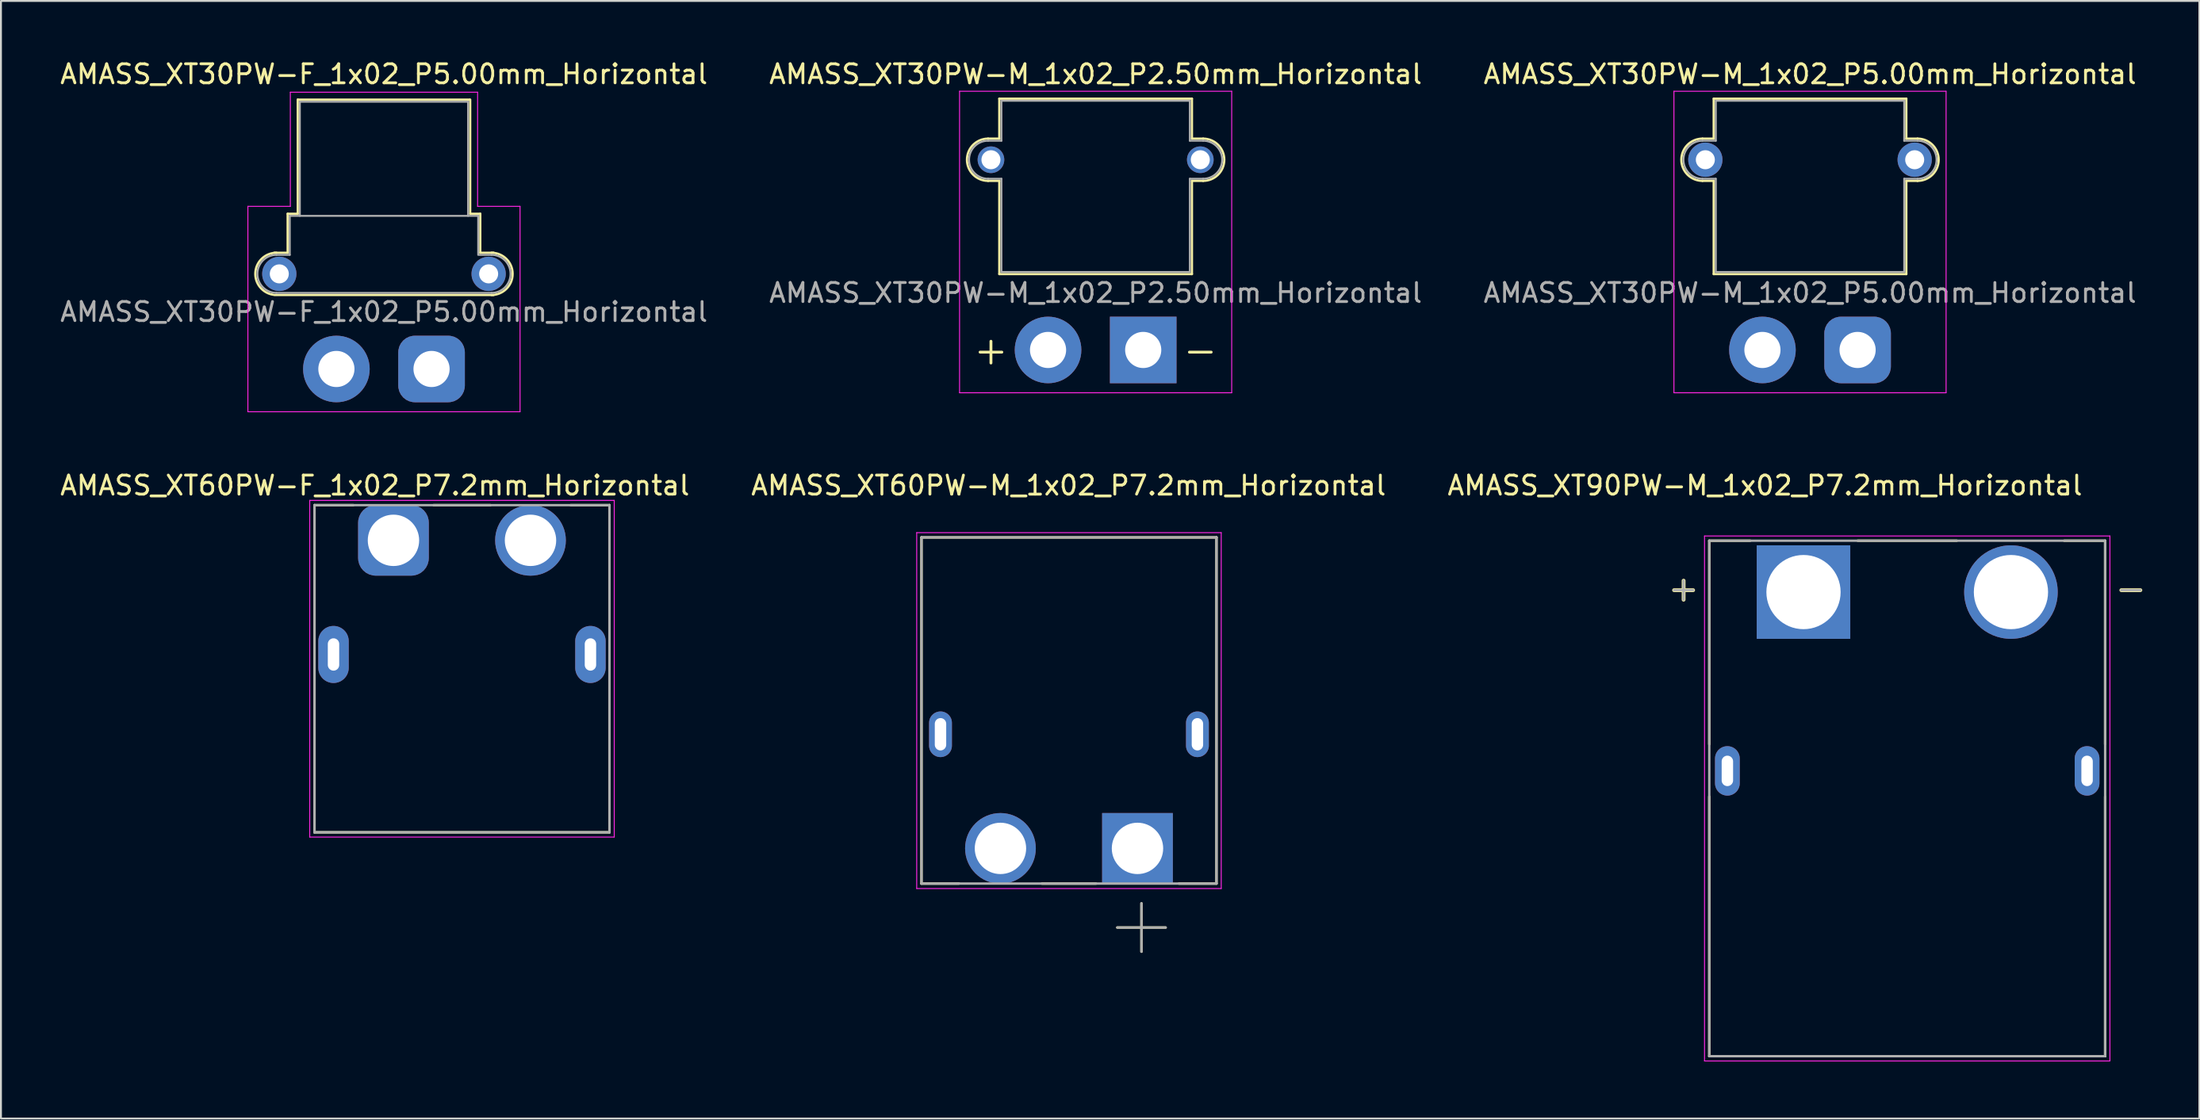
<source format=kicad_pcb>
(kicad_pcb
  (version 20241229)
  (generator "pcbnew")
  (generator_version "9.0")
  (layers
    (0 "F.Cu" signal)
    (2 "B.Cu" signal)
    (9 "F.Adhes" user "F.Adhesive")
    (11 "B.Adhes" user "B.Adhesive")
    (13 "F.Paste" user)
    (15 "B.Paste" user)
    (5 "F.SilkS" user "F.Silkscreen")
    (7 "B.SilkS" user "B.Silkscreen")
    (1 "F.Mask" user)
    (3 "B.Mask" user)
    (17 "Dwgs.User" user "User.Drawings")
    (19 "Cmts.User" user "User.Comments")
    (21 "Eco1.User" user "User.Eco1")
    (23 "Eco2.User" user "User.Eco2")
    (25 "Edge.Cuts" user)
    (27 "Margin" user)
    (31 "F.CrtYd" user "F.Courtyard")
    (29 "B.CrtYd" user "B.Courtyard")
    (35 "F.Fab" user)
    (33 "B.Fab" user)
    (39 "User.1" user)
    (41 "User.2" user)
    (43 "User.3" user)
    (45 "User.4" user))
  (footprint "AMASS_XT30PW-M_1x02_P5.00mm_Horizontal"
    (layer "F.Cu")
    (at 94.554 15.348)
    (property "Reference" "AMASS_XT30PW-M_1x02_P5.00mm_Horizontal" (at -2.5 -14.5 0) (layer "F.SilkS") (effects (font (size 1 1) (thickness 0.15))))
    (attr through_hole)
    (fp_line (start -8.15 -11.11) (end -7.56 -11.11) (stroke (width 0.12) (type solid)) (layer "F.SilkS"))
    (fp_line (start -8.15 -8.89) (end -7.56 -8.89) (stroke (width 0.12) (type solid)) (layer "F.SilkS"))
    (fp_line (start -7.56 -13.21) (end -7.56 -11.11) (stroke (width 0.12) (type solid)) (layer "F.SilkS"))
    (fp_line (start -7.56 -13.21) (end 2.56 -13.21) (stroke (width 0.12) (type solid)) (layer "F.SilkS"))
    (fp_line (start -7.56 -8.89) (end -7.56 -3.99) (stroke (width 0.12) (type solid)) (layer "F.SilkS"))
    (fp_line (start -7.56 -3.99) (end 2.56 -3.99) (stroke (width 0.12) (type solid)) (layer "F.SilkS"))
    (fp_line (start 2.56 -13.21) (end 2.56 -11.11) (stroke (width 0.12) (type solid)) (layer "F.SilkS"))
    (fp_line (start 2.56 -11.11) (end 3.15 -11.11) (stroke (width 0.12) (type solid)) (layer "F.SilkS"))
    (fp_line (start 2.56 -8.89) (end 2.56 -3.99) (stroke (width 0.12) (type solid)) (layer "F.SilkS"))
    (fp_line (start 2.56 -8.89) (end 3.15 -8.89) (stroke (width 0.12) (type solid)) (layer "F.SilkS"))
    (fp_arc (start -8.15 -8.89) (mid -9.26 -10) (end -8.15 -11.11) (stroke (width 0.12) (type solid)) (layer "F.SilkS"))
    (fp_arc (start 3.15 -11.11) (mid 4.26 -10) (end 3.15 -8.89) (stroke (width 0.12) (type solid)) (layer "F.SilkS"))
    (fp_line (start -9.65 -13.6) (end -9.65 2.25) (stroke (width 0.05) (type solid)) (layer "F.CrtYd"))
    (fp_line (start -9.65 -13.6) (end 4.65 -13.6) (stroke (width 0.05) (type solid)) (layer "F.CrtYd"))
    (fp_line (start -9.65 2.25) (end 4.65 2.25) (stroke (width 0.05) (type solid)) (layer "F.CrtYd"))
    (fp_line (start 4.65 -13.6) (end 4.65 2.25) (stroke (width 0.05) (type solid)) (layer "F.CrtYd"))
    (fp_line (start -8.15 -11) (end -7.45 -11) (stroke (width 0.1) (type solid)) (layer "F.Fab"))
    (fp_line (start -8.15 -9) (end -7.45 -9) (stroke (width 0.1) (type solid)) (layer "F.Fab"))
    (fp_line (start -7.45 -13.1) (end -7.45 -11) (stroke (width 0.1) (type solid)) (layer "F.Fab"))
    (fp_line (start -7.45 -13.1) (end 2.45 -13.1) (stroke (width 0.1) (type solid)) (layer "F.Fab"))
    (fp_line (start -7.45 -9) (end -7.45 -4.1) (stroke (width 0.1) (type solid)) (layer "F.Fab"))
    (fp_line (start -7.45 -4.1) (end 2.45 -4.1) (stroke (width 0.1) (type solid)) (layer "F.Fab"))
    (fp_line (start 2.45 -13.1) (end 2.45 -11) (stroke (width 0.1) (type solid)) (layer "F.Fab"))
    (fp_line (start 2.45 -11) (end 3.15 -11) (stroke (width 0.1) (type solid)) (layer "F.Fab"))
    (fp_line (start 2.45 -9) (end 2.45 -4.1) (stroke (width 0.1) (type solid)) (layer "F.Fab"))
    (fp_line (start 2.45 -9) (end 3.15 -9) (stroke (width 0.1) (type solid)) (layer "F.Fab"))
    (fp_arc (start -8.15 -9) (mid -9.15 -10) (end -8.15 -11) (stroke (width 0.1) (type solid)) (layer "F.Fab"))
    (fp_arc (start 3.15 -11) (mid 4.15 -10) (end 3.15 -9) (stroke (width 0.1) (type solid)) (layer "F.Fab"))
    (fp_text user "${REFERENCE}" (at -2.5 -3 0) (layer "F.Fab") (effects (font (size 1 1) (thickness 0.15))))
    (pad "1" thru_hole roundrect (at 0 0) (size 3.5 3.5) (drill 1.9) (layers "*.Cu" "*.Mask") (roundrect_rratio 0.25))
    (pad "2" thru_hole circle (at -5 0) (size 3.5 3.5) (drill 1.9) (layers "*.Cu" "*.Mask"))
    (pad "3" thru_hole circle (at -8 -10) (size 1.8 1.8) (drill 1) (layers "*.Cu" "*.Mask"))
    (pad "4" thru_hole circle (at 3 -10) (size 1.8 1.8) (drill 1) (layers "*.Cu" "*.Mask")))
  (footprint "AMASS_XT30PW-M_1x02_P2.50mm_Horizontal"
    (layer "F.Cu")
    (at 57.018 15.348)
    (property "Reference" "AMASS_XT30PW-M_1x02_P2.50mm_Horizontal" (at -2.5 -14.5 0) (layer "F.SilkS") (effects (font (size 1 1) (thickness 0.15))))
    (attr through_hole)
    (fp_line (start -8.15 -11.11) (end -7.56 -11.11) (stroke (width 0.12) (type solid)) (layer "F.SilkS"))
    (fp_line (start -8.15 -8.89) (end -7.56 -8.89) (stroke (width 0.12) (type solid)) (layer "F.SilkS"))
    (fp_line (start -7.56 -13.21) (end -7.56 -11.11) (stroke (width 0.12) (type solid)) (layer "F.SilkS"))
    (fp_line (start -7.56 -13.21) (end 2.56 -13.21) (stroke (width 0.12) (type solid)) (layer "F.SilkS"))
    (fp_line (start -7.56 -8.89) (end -7.56 -3.99) (stroke (width 0.12) (type solid)) (layer "F.SilkS"))
    (fp_line (start -7.56 -3.99) (end 2.56 -3.99) (stroke (width 0.12) (type solid)) (layer "F.SilkS"))
    (fp_line (start 2.56 -13.21) (end 2.56 -11.11) (stroke (width 0.12) (type solid)) (layer "F.SilkS"))
    (fp_line (start 2.56 -11.11) (end 3.15 -11.11) (stroke (width 0.12) (type solid)) (layer "F.SilkS"))
    (fp_line (start 2.56 -8.89) (end 2.56 -3.99) (stroke (width 0.12) (type solid)) (layer "F.SilkS"))
    (fp_line (start 2.56 -8.89) (end 3.15 -8.89) (stroke (width 0.12) (type solid)) (layer "F.SilkS"))
    (fp_arc (start -8.15 -8.89) (mid -9.26 -10) (end -8.15 -11.11) (stroke (width 0.12) (type solid)) (layer "F.SilkS"))
    (fp_arc (start 3.15 -11.11) (mid 4.26 -10) (end 3.15 -8.89) (stroke (width 0.12) (type solid)) (layer "F.SilkS"))
    (fp_line (start -9.65 -13.6) (end -9.65 2.25) (stroke (width 0.05) (type solid)) (layer "F.CrtYd"))
    (fp_line (start -9.65 -13.6) (end 4.65 -13.6) (stroke (width 0.05) (type solid)) (layer "F.CrtYd"))
    (fp_line (start -9.65 2.25) (end 4.65 2.25) (stroke (width 0.05) (type solid)) (layer "F.CrtYd"))
    (fp_line (start 4.65 -13.6) (end 4.65 2.25) (stroke (width 0.05) (type solid)) (layer "F.CrtYd"))
    (fp_line (start -8.15 -11) (end -7.45 -11) (stroke (width 0.1) (type solid)) (layer "F.Fab"))
    (fp_line (start -8.15 -9) (end -7.45 -9) (stroke (width 0.1) (type solid)) (layer "F.Fab"))
    (fp_line (start -7.45 -13.1) (end -7.45 -11) (stroke (width 0.1) (type solid)) (layer "F.Fab"))
    (fp_line (start -7.45 -13.1) (end 2.45 -13.1) (stroke (width 0.1) (type solid)) (layer "F.Fab"))
    (fp_line (start -7.45 -9) (end -7.45 -4.1) (stroke (width 0.1) (type solid)) (layer "F.Fab"))
    (fp_line (start -7.45 -4.1) (end 2.45 -4.1) (stroke (width 0.1) (type solid)) (layer "F.Fab"))
    (fp_line (start 2.45 -13.1) (end 2.45 -11) (stroke (width 0.1) (type solid)) (layer "F.Fab"))
    (fp_line (start 2.45 -11) (end 3.15 -11) (stroke (width 0.1) (type solid)) (layer "F.Fab"))
    (fp_line (start 2.45 -9) (end 2.45 -4.1) (stroke (width 0.1) (type solid)) (layer "F.Fab"))
    (fp_line (start 2.45 -9) (end 3.15 -9) (stroke (width 0.1) (type solid)) (layer "F.Fab"))
    (fp_arc (start -8.15 -9) (mid -9.15 -10) (end -8.15 -11) (stroke (width 0.1) (type solid)) (layer "F.Fab"))
    (fp_arc (start 3.15 -11) (mid 4.15 -10) (end 3.15 -9) (stroke (width 0.1) (type solid)) (layer "F.Fab"))
    (fp_text user "-" (at 3 0 0) (layer "F.SilkS") (effects (font (size 1.5 1.5) (thickness 0.15))))
    (fp_text user "+" (at -8 0 0) (layer "F.SilkS") (effects (font (size 1.5 1.5) (thickness 0.15))))
    (fp_text user "${REFERENCE}" (at -2.5 -3 0) (layer "F.Fab") (effects (font (size 1 1) (thickness 0.15))))
    (pad "" thru_hole circle (at -8 -10) (size 1.4 1.4) (drill 1) (layers "*.Cu" "*.Mask"))
    (pad "" thru_hole circle (at 3 -10) (size 1.4 1.4) (drill 1) (layers "*.Cu" "*.Mask"))
    (pad "1" thru_hole circle (at -5 0) (size 3.5 3.5) (drill 1.9) (layers "*.Cu" "*.Mask"))
    (pad "2" thru_hole rect (at 0 0) (size 3.5 3.5) (drill 1.9) (layers "*.Cu" "*.Mask")))
  (footprint "AMASS_XT60PW-M_1x02_P7.2mm_Horizontal"
    (layer "F.Cu")
    (at 53.117 35.552)
    (property "Reference" "AMASS_XT60PW-M_1x02_P7.2mm_Horizontal" (at -0.02 -13.08 0) (layer "F.SilkS") (effects (font (size 1 1) (thickness 0.15))))
    (attr through_hole)
    (fp_line (start -7.75 -10.35) (end -7.75 7.85) (stroke (width 0.127) (type solid)) (layer "F.SilkS"))
    (fp_line (start -7.75 7.85) (end -5.778 7.85) (stroke (width 0.127) (type solid)) (layer "F.SilkS"))
    (fp_line (start -1.422 7.85) (end 1.422 7.85) (stroke (width 0.127) (type solid)) (layer "F.SilkS"))
    (fp_line (start 2.54 10.16) (end 3.81 10.16) (stroke (width 0.127) (type solid)) (layer "F.SilkS"))
    (fp_line (start 3.81 10.16) (end 3.81 8.89) (stroke (width 0.127) (type solid)) (layer "F.SilkS"))
    (fp_line (start 3.81 10.16) (end 3.81 11.43) (stroke (width 0.127) (type solid)) (layer "F.SilkS"))
    (fp_line (start 5.08 10.16) (end 3.81 10.16) (stroke (width 0.127) (type solid)) (layer "F.SilkS"))
    (fp_line (start 7.75 -10.35) (end -7.75 -10.35) (stroke (width 0.127) (type solid)) (layer "F.SilkS"))
    (fp_line (start 7.75 7.85) (end 5.778 7.85) (stroke (width 0.127) (type solid)) (layer "F.SilkS"))
    (fp_line (start 7.75 7.85) (end 7.75 -10.35) (stroke (width 0.127) (type solid)) (layer "F.SilkS"))
    (fp_line (start -8 -10.6) (end -8 8.11) (stroke (width 0.05) (type solid)) (layer "F.CrtYd"))
    (fp_line (start -8 8.11) (end 8 8.11) (stroke (width 0.05) (type solid)) (layer "F.CrtYd"))
    (fp_line (start 8 -10.6) (end -8 -10.6) (stroke (width 0.05) (type solid)) (layer "F.CrtYd"))
    (fp_line (start 8 8.11) (end 8 -10.6) (stroke (width 0.05) (type solid)) (layer "F.CrtYd"))
    (fp_line (start -7.75 -10.35) (end -7.75 7.85) (stroke (width 0.127) (type solid)) (layer "F.Fab"))
    (fp_line (start -7.75 7.85) (end 7.75 7.85) (stroke (width 0.127) (type solid)) (layer "F.Fab"))
    (fp_line (start 2.54 10.16) (end 3.81 10.16) (stroke (width 0.127) (type solid)) (layer "F.Fab"))
    (fp_line (start 3.81 10.16) (end 3.81 8.89) (stroke (width 0.127) (type solid)) (layer "F.Fab"))
    (fp_line (start 3.81 10.16) (end 3.81 11.43) (stroke (width 0.127) (type solid)) (layer "F.Fab"))
    (fp_line (start 5.08 10.16) (end 3.81 10.16) (stroke (width 0.127) (type solid)) (layer "F.Fab"))
    (fp_line (start 7.75 -10.35) (end -7.75 -10.35) (stroke (width 0.127) (type solid)) (layer "F.Fab"))
    (fp_line (start 7.75 7.85) (end 7.75 -10.35) (stroke (width 0.127) (type solid)) (layer "F.Fab"))
    (pad "1" thru_hole rect (at 3.6 6) (size 3.716 3.716) (drill 2.7) (layers "*.Cu" "*.Mask"))
    (pad "2" thru_hole circle (at -3.6 6) (size 3.716 3.716) (drill 2.7) (layers "*.Cu" "*.Mask"))
    (pad "S1" thru_hole oval (at 6.75 0) (size 1.2 2.4) (drill oval 0.6 1.7) (layers "*.Cu" "*.Mask"))
    (pad "S2" thru_hole oval (at -6.75 0) (size 1.2 2.4) (drill oval 0.6 1.7) (layers "*.Cu" "*.Mask")))
  (footprint "AMASS_XT60PW-F_1x02_P7.2mm_Horizontal"
    (layer "F.Cu")
    (at 21.224 25.357)
    (property "Reference" "AMASS_XT60PW-F_1x02_P7.2mm_Horizontal" (at -4.575 -2.885 0) (layer "F.SilkS") (effects (font (size 1 1) (thickness 0.15))))
    (attr through_hole)
    (fp_line (start -7.75 -1.85) (end -5.71 -1.85) (stroke (width 0.127) (type solid)) (layer "F.SilkS"))
    (fp_line (start -7.75 15.35) (end -7.75 -1.85) (stroke (width 0.127) (type solid)) (layer "F.SilkS"))
    (fp_line (start -1.49 -1.85) (end 1.49 -1.85) (stroke (width 0.127) (type solid)) (layer "F.SilkS"))
    (fp_line (start 5.71 -1.85) (end 7.75 -1.85) (stroke (width 0.127) (type solid)) (layer "F.SilkS"))
    (fp_line (start 7.75 -1.85) (end 7.75 15.35) (stroke (width 0.127) (type solid)) (layer "F.SilkS"))
    (fp_line (start 7.75 15.35) (end -7.75 15.35) (stroke (width 0.127) (type solid)) (layer "F.SilkS"))
    (fp_line (start -8 -2.1) (end 8 -2.1) (stroke (width 0.05) (type solid)) (layer "F.CrtYd"))
    (fp_line (start -8 15.6) (end -8 -2.1) (stroke (width 0.05) (type solid)) (layer "F.CrtYd"))
    (fp_line (start 8 -2.1) (end 8 15.6) (stroke (width 0.05) (type solid)) (layer "F.CrtYd"))
    (fp_line (start 8 15.6) (end -8 15.6) (stroke (width 0.05) (type solid)) (layer "F.CrtYd"))
    (fp_line (start -7.75 -1.85) (end 7.75 -1.85) (stroke (width 0.127) (type solid)) (layer "F.Fab"))
    (fp_line (start -7.75 15.35) (end -7.75 -1.85) (stroke (width 0.127) (type solid)) (layer "F.Fab"))
    (fp_line (start 7.75 -1.85) (end 7.75 15.35) (stroke (width 0.127) (type solid)) (layer "F.Fab"))
    (fp_line (start 7.75 15.35) (end -7.75 15.35) (stroke (width 0.127) (type solid)) (layer "F.Fab"))
    (pad "1" thru_hole roundrect (at -3.6 0) (size 3.716 3.716) (drill 2.7) (layers "*.Cu" "*.Mask") (roundrect_rratio 0.25))
    (pad "2" thru_hole circle (at 3.6 0) (size 3.716 3.716) (drill 2.7) (layers "*.Cu" "*.Mask"))
    (pad "S1" thru_hole oval (at -6.75 6) (size 1.6 3) (drill oval 0.6 1.7) (layers "*.Cu" "*.Mask"))
    (pad "S2" thru_hole oval (at 6.75 6) (size 1.6 3) (drill oval 0.6 1.7) (layers "*.Cu" "*.Mask")))
  (footprint "AMASS_XT30PW-F_1x02_P5.00mm_Horizontal"
    (layer "F.Cu")
    (at 19.625 16.348)
    (property "Reference" "AMASS_XT30PW-F_1x02_P5.00mm_Horizontal" (at -2.5 -15.5 0) (layer "F.SilkS") (effects (font (size 1 1) (thickness 0.15))))
    (attr through_hole)
    (fp_line (start -8.26 -6.11) (end -7.56 -6.11) (stroke (width 0.12) (type solid)) (layer "F.SilkS"))
    (fp_line (start -8.26 -3.89) (end 3.26 -3.89) (stroke (width 0.12) (type solid)) (layer "F.SilkS"))
    (fp_line (start -7.56 -8.16) (end -7.56 -6.11) (stroke (width 0.12) (type solid)) (layer "F.SilkS"))
    (fp_line (start -7.56 -8.16) (end -7.03 -8.16) (stroke (width 0.12) (type solid)) (layer "F.SilkS"))
    (fp_line (start -7.03 -14.16) (end -7.03 -8.16) (stroke (width 0.12) (type solid)) (layer "F.SilkS"))
    (fp_line (start -7.03 -14.16) (end 2 -14.16) (stroke (width 0.12) (type solid)) (layer "F.SilkS"))
    (fp_line (start 2.03 -14.16) (end 2.03 -8.16) (stroke (width 0.12) (type solid)) (layer "F.SilkS"))
    (fp_line (start 2.03 -8.16) (end 2.56 -8.16) (stroke (width 0.12) (type solid)) (layer "F.SilkS"))
    (fp_line (start 2.56 -8.16) (end 2.56 -6.11) (stroke (width 0.12) (type solid)) (layer "F.SilkS"))
    (fp_line (start 2.56 -6.11) (end 3.26 -6.11) (stroke (width 0.12) (type solid)) (layer "F.SilkS"))
    (fp_arc (start -8.321729 -3.903365) (mid -9.256653 -5.086124) (end -8.15 -6.11) (stroke (width 0.12) (type solid)) (layer "F.SilkS"))
    (fp_arc (start 3.15 -6.11) (mid 4.26 -5) (end 3.15 -3.89) (stroke (width 0.12) (type solid)) (layer "F.SilkS"))
    (fp_line (start -9.65 -8.55) (end -9.65 2.25) (stroke (width 0.05) (type solid)) (layer "F.CrtYd"))
    (fp_line (start -9.65 -8.55) (end -7.42 -8.55) (stroke (width 0.05) (type solid)) (layer "F.CrtYd"))
    (fp_line (start -9.65 2.25) (end 4.65 2.25) (stroke (width 0.05) (type solid)) (layer "F.CrtYd"))
    (fp_line (start -7.42 -14.55) (end -7.42 -8.55) (stroke (width 0.05) (type solid)) (layer "F.CrtYd"))
    (fp_line (start -7.42 -14.55) (end 2.42 -14.55) (stroke (width 0.05) (type solid)) (layer "F.CrtYd"))
    (fp_line (start 2.42 -14.55) (end 2.42 -8.55) (stroke (width 0.05) (type solid)) (layer "F.CrtYd"))
    (fp_line (start 2.42 -8.55) (end 4.65 -8.55) (stroke (width 0.05) (type solid)) (layer "F.CrtYd"))
    (fp_line (start 4.65 -8.55) (end 4.65 2.25) (stroke (width 0.05) (type solid)) (layer "F.CrtYd"))
    (fp_line (start -8.15 -6) (end -7.45 -6) (stroke (width 0.1) (type solid)) (layer "F.Fab"))
    (fp_line (start -8.15 -4) (end 3.15 -4) (stroke (width 0.1) (type solid)) (layer "F.Fab"))
    (fp_line (start -7.45 -8.05) (end -7.45 -6) (stroke (width 0.1) (type solid)) (layer "F.Fab"))
    (fp_line (start -7.45 -8.05) (end 2.45 -8.05) (stroke (width 0.1) (type solid)) (layer "F.Fab"))
    (fp_line (start -6.92 -14.05) (end -6.92 -8.05) (stroke (width 0.1) (type solid)) (layer "F.Fab"))
    (fp_line (start -6.92 -14.05) (end 1.92 -14.05) (stroke (width 0.1) (type solid)) (layer "F.Fab"))
    (fp_line (start 1.92 -14.05) (end 1.92 -8.05) (stroke (width 0.1) (type solid)) (layer "F.Fab"))
    (fp_line (start 2.45 -8.05) (end 2.45 -6.05) (stroke (width 0.1) (type solid)) (layer "F.Fab"))
    (fp_line (start 2.45 -6) (end 3.15 -6) (stroke (width 0.1) (type solid)) (layer "F.Fab"))
    (fp_arc (start -8.15 -4) (mid -9.15 -5) (end -8.15 -6) (stroke (width 0.1) (type solid)) (layer "F.Fab"))
    (fp_arc (start 3.15 -6) (mid 4.15 -5) (end 3.15 -4) (stroke (width 0.1) (type solid)) (layer "F.Fab"))
    (fp_text user "${REFERENCE}" (at -2.5 -3 0) (layer "F.Fab") (effects (font (size 1 1) (thickness 0.15))))
    (pad "1" thru_hole roundrect (at 0 0) (size 3.5 3.5) (drill 1.9) (layers "*.Cu" "*.Mask") (roundrect_rratio 0.25))
    (pad "2" thru_hole circle (at -5 0) (size 3.5 3.5) (drill 1.9) (layers "*.Cu" "*.Mask"))
    (pad "3" thru_hole circle (at -8 -5 90) (size 1.8 1.8) (drill 1) (layers "*.Cu" "*.Mask"))
    (pad "4" thru_hole circle (at 3 -5) (size 1.8 1.8) (drill 1) (layers "*.Cu" "*.Mask")))
  (footprint "AMASS_XT90PW-M_1x02_P7.2mm_Horizontal"
    (layer "F.Cu")
    (at 97.162 37.477)
    (property "Reference" "AMASS_XT90PW-M_1x02_P7.2mm_Horizontal" (at -7.475 -15.005 0) (layer "F.SilkS") (effects (font (size 1 1) (thickness 0.15))))
    (attr through_hole)
    (fp_line (start -11.75 -9) (end -11.75 -10) (stroke (width 0.2) (type solid)) (layer "F.SilkS"))
    (fp_line (start -11.25 -9.5) (end -12.25 -9.5) (stroke (width 0.2) (type solid)) (layer "F.SilkS"))
    (fp_line (start -10.4 -12.1) (end -10.4 -1.4) (stroke (width 0.127) (type solid)) (layer "F.SilkS"))
    (fp_line (start -10.4 1.35) (end -10.4 15) (stroke (width 0.127) (type solid)) (layer "F.SilkS"))
    (fp_line (start -10.4 15) (end 10.4 15) (stroke (width 0.127) (type solid)) (layer "F.SilkS"))
    (fp_line (start -8.25 -12.1) (end -10.4 -12.1) (stroke (width 0.127) (type solid)) (layer "F.SilkS"))
    (fp_line (start -2.6 -12.1) (end 2.6 -12.1) (stroke (width 0.127) (type solid)) (layer "F.SilkS"))
    (fp_line (start 10.4 -12.1) (end 8.25 -12.1) (stroke (width 0.127) (type solid)) (layer "F.SilkS"))
    (fp_line (start 10.4 -1.4) (end 10.4 -12.1) (stroke (width 0.127) (type solid)) (layer "F.SilkS"))
    (fp_line (start 10.4 15) (end 10.4 1.35) (stroke (width 0.127) (type solid)) (layer "F.SilkS"))
    (fp_line (start 11.25 -9.5) (end 12.25 -9.5) (stroke (width 0.2) (type solid)) (layer "F.SilkS"))
    (fp_line (start -10.65 -12.35) (end 10.65 -12.35) (stroke (width 0.05) (type solid)) (layer "F.CrtYd"))
    (fp_line (start -10.65 15.25) (end -10.65 -12.35) (stroke (width 0.05) (type solid)) (layer "F.CrtYd"))
    (fp_line (start 10.65 -12.35) (end 10.65 15.25) (stroke (width 0.05) (type solid)) (layer "F.CrtYd"))
    (fp_line (start 10.65 15.25) (end -10.65 15.25) (stroke (width 0.05) (type solid)) (layer "F.CrtYd"))
    (fp_line (start -11.75 -9) (end -11.75 -10) (stroke (width 0.127) (type solid)) (layer "F.Fab"))
    (fp_line (start -11.25 -9.5) (end -12.25 -9.5) (stroke (width 0.127) (type solid)) (layer "F.Fab"))
    (fp_line (start -10.4 -12.1) (end 10.4 -12.1) (stroke (width 0.127) (type solid)) (layer "F.Fab"))
    (fp_line (start -10.4 15) (end -10.4 -12.1) (stroke (width 0.127) (type solid)) (layer "F.Fab"))
    (fp_line (start 10.4 -12.1) (end 10.4 15) (stroke (width 0.127) (type solid)) (layer "F.Fab"))
    (fp_line (start 10.4 15) (end -10.4 15) (stroke (width 0.127) (type solid)) (layer "F.Fab"))
    (fp_line (start 12.25 -9.5) (end 11.25 -9.5) (stroke (width 0.127) (type solid)) (layer "F.Fab"))
    (pad "1" thru_hole rect (at -5.45 -9.4) (size 4.916 4.916) (drill 3.9) (layers "*.Cu" "*.Mask"))
    (pad "2" thru_hole circle (at 5.45 -9.4) (size 4.916 4.916) (drill 3.9) (layers "*.Cu" "*.Mask"))
    (pad "S1" thru_hole oval (at -9.45 0) (size 1.3 2.6) (drill oval 0.6 1.6) (layers "*.Cu" "*.Mask"))
    (pad "S2" thru_hole oval (at 9.45 0) (size 1.3 2.6) (drill oval 0.6 1.6) (layers "*.Cu" "*.Mask")))
  (gr_rect
    (start -3 -3)
    (end 112.512 55.752)
    (stroke (width 0.1) (type default))
    (fill no)
    (layer "Edge.Cuts")))
</source>
